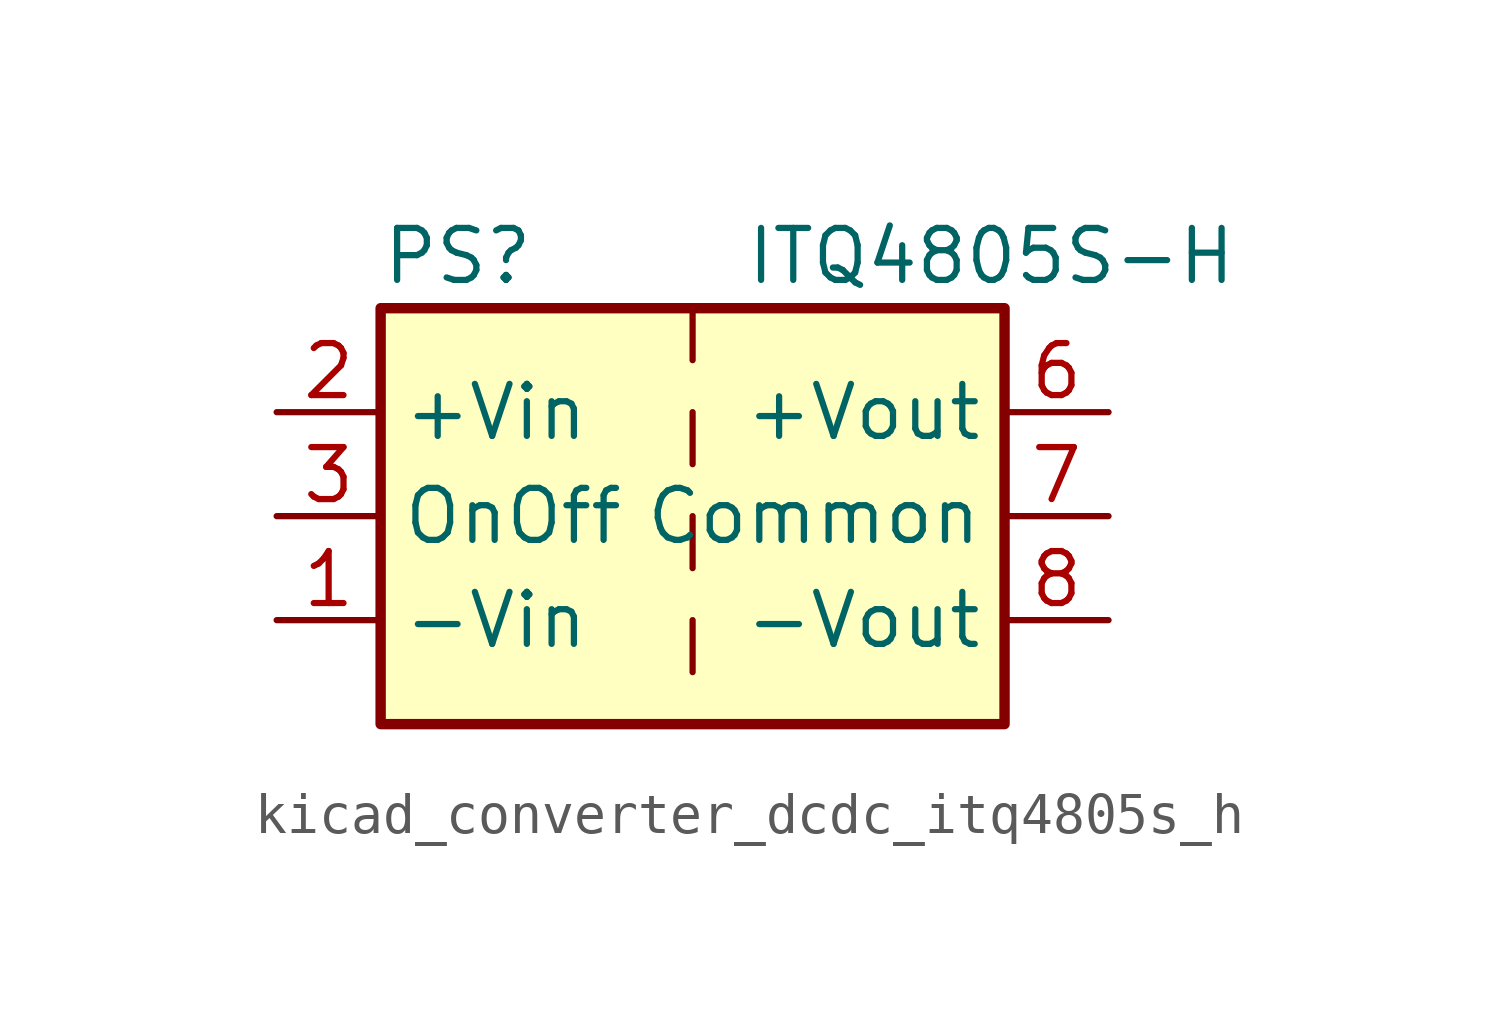
<source format=kicad_sym>
(kicad_symbol_lib
  (version 20220914)
  (generator kicad_symbol_editor)
  (symbol "kicad_converter_dcdc_itq4805s_h"
    (property "Reference" "PS"
      (at -7.62 6.35 0)
      (effects (font (size 1.27 1.27)) (justify left)))
    (property "Value" "ITQ4805S-H"
      (at 1.27 6.35 0)
      (effects (font (size 1.27 1.27)) (justify left)))
    (symbol "kicad_converter_dcdc_itq4805s_h_0_0"
      (pin power_in line (at -10.16 -2.54 0) (length 2.54) (name "-Vin" (effects (font (size 1.27 1.27)))) (number "1" (effects (font (size 1.27 1.27)))))
      (pin power_in line (at -10.16 2.54 0) (length 2.54) (name "+Vin" (effects (font (size 1.27 1.27)))) (number "2" (effects (font (size 1.27 1.27)))))
      (pin input line (at -10.16 0 0) (length 2.54) (name "OnOff" (effects (font (size 1.27 1.27)))) (number "3" (effects (font (size 1.27 1.27)))))
      (pin power_out line (at 10.16 2.54 180) (length 2.54) (name "+Vout" (effects (font (size 1.27 1.27)))) (number "6" (effects (font (size 1.27 1.27)))))
      (pin power_out line (at 10.16 0 180) (length 2.54) (name "Common" (effects (font (size 1.27 1.27)))) (number "7" (effects (font (size 1.27 1.27)))))
      (pin power_out line (at 10.16 -2.54 180) (length 2.54) (name "-Vout" (effects (font (size 1.27 1.27)))) (number "8" (effects (font (size 1.27 1.27))))))
    (symbol "kicad_converter_dcdc_itq4805s_h_0_1"
      (rectangle (start -7.62 5.08) (end 7.62 -5.08) (stroke (width 0.254) (type default)) (fill (type background)))
      (polyline (pts (xy 0 -2.54) (xy 0 -3.81)) (stroke (width 0) (type default)) (fill (type none)))
      (polyline (pts (xy 0 0) (xy 0 -1.27)) (stroke (width 0) (type default)) (fill (type none)))
      (polyline (pts (xy 0 2.54) (xy 0 1.27)) (stroke (width 0) (type default)) (fill (type none)))
      (polyline (pts (xy 0 5.08) (xy 0 3.81)) (stroke (width 0) (type default)) (fill (type none))))))
</source>
